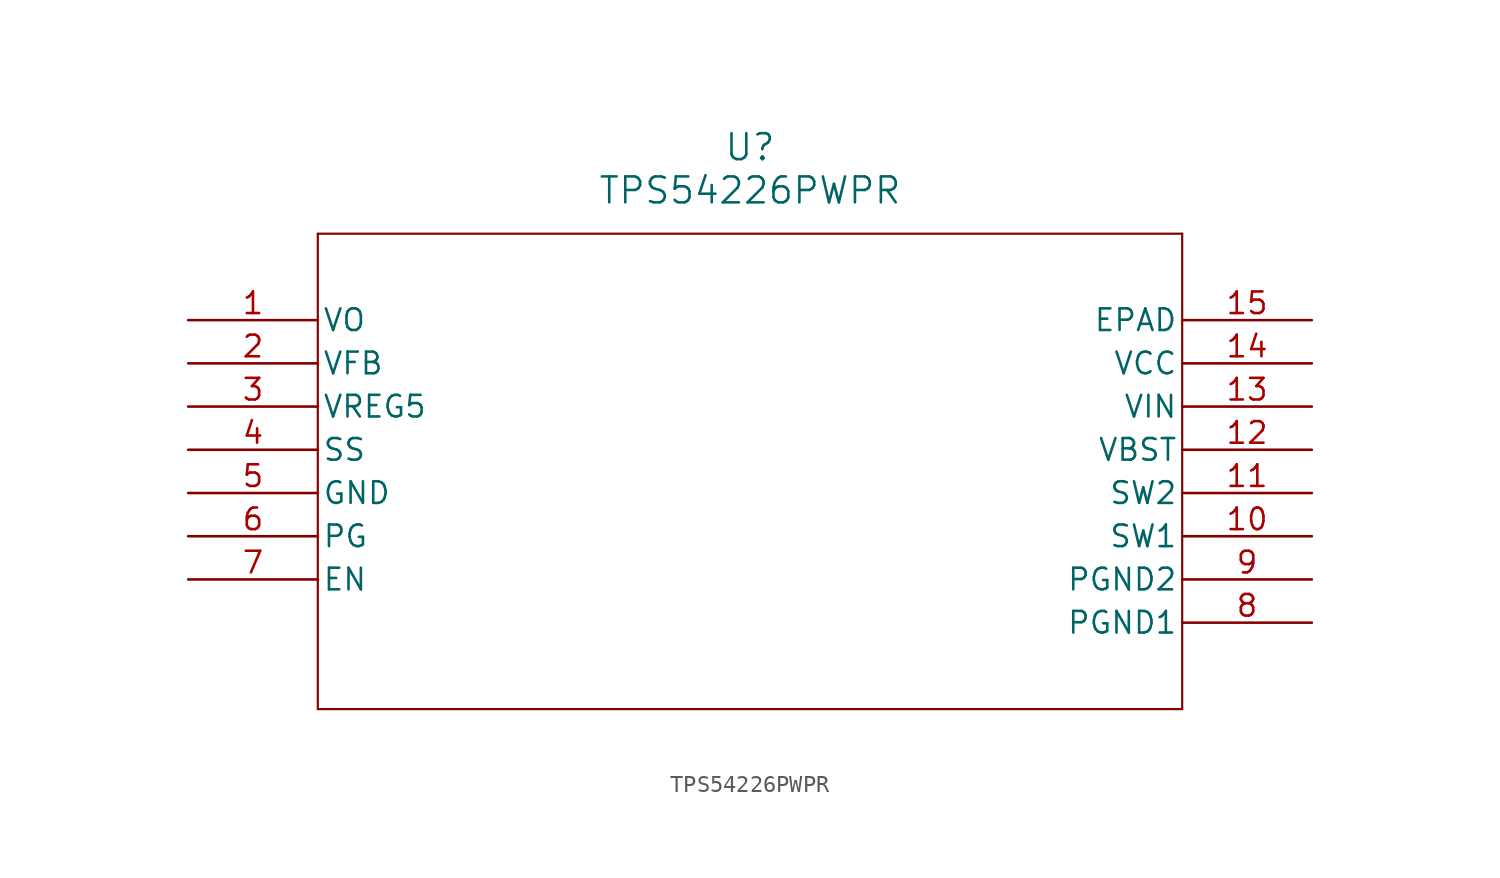
<source format=kicad_sym>
(kicad_symbol_lib
  (version 20211014)
  (generator kicad_symbol_editor)
  (symbol "TPS54226PWPR"
    (pin_names
      (offset 0.254))
    (property "Reference" "U"
      (at 33.02 10.16 0)
      (effects (font (size 1.524 1.524))))
    (property "Value" "TPS54226PWPR"
      (at 33.02 7.62 0)
      (effects (font (size 1.524 1.524))))
    (symbol "TPS54226PWPR_0_1"
      (polyline (pts (xy 7.62 5.08) (xy 7.62 -22.86)) (stroke (width 0.127) (type default) (color 0 0 0 0)) (fill (type none)))
      (polyline (pts (xy 7.62 -22.86) (xy 58.42 -22.86)) (stroke (width 0.127) (type default) (color 0 0 0 0)) (fill (type none)))
      (polyline (pts (xy 58.42 -22.86) (xy 58.42 5.08)) (stroke (width 0.127) (type default) (color 0 0 0 0)) (fill (type none)))
      (polyline (pts (xy 58.42 5.08) (xy 7.62 5.08)) (stroke (width 0.127) (type default) (color 0 0 0 0)) (fill (type none)))
      (pin output line (at 0 0 0) (length 7.62) (name "VO" (effects (font (size 1.27 1.27)))) (number "1" (effects (font (size 1.27 1.27)))))
      (pin input line (at 0 -2.54 0) (length 7.62) (name "VFB" (effects (font (size 1.27 1.27)))) (number "2" (effects (font (size 1.27 1.27)))))
      (pin output line (at 0 -5.08 0) (length 7.62) (name "VREG5" (effects (font (size 1.27 1.27)))) (number "3" (effects (font (size 1.27 1.27)))))
      (pin unspecified line (at 0 -7.62 0) (length 7.62) (name "SS" (effects (font (size 1.27 1.27)))) (number "4" (effects (font (size 1.27 1.27)))))
      (pin power_in line (at 0 -10.16 0) (length 7.62) (name "GND" (effects (font (size 1.27 1.27)))) (number "5" (effects (font (size 1.27 1.27)))))
      (pin output line (at 0 -12.7 0) (length 7.62) (name "PG" (effects (font (size 1.27 1.27)))) (number "6" (effects (font (size 1.27 1.27)))))
      (pin input line (at 0 -15.24 0) (length 7.62) (name "EN" (effects (font (size 1.27 1.27)))) (number "7" (effects (font (size 1.27 1.27)))))
      (pin power_in line (at 66.04 -17.78 180) (length 7.62) (name "PGND1" (effects (font (size 1.27 1.27)))) (number "8" (effects (font (size 1.27 1.27)))))
      (pin power_in line (at 66.04 -15.24 180) (length 7.62) (name "PGND2" (effects (font (size 1.27 1.27)))) (number "9" (effects (font (size 1.27 1.27)))))
      (pin unspecified line (at 66.04 -12.7 180) (length 7.62) (name "SW1" (effects (font (size 1.27 1.27)))) (number "10" (effects (font (size 1.27 1.27)))))
      (pin unspecified line (at 66.04 -10.16 180) (length 7.62) (name "SW2" (effects (font (size 1.27 1.27)))) (number "11" (effects (font (size 1.27 1.27)))))
      (pin input line (at 66.04 -7.62 180) (length 7.62) (name "VBST" (effects (font (size 1.27 1.27)))) (number "12" (effects (font (size 1.27 1.27)))))
      (pin input line (at 66.04 -5.08 180) (length 7.62) (name "VIN" (effects (font (size 1.27 1.27)))) (number "13" (effects (font (size 1.27 1.27)))))
      (pin input line (at 66.04 -2.54 180) (length 7.62) (name "VCC" (effects (font (size 1.27 1.27)))) (number "14" (effects (font (size 1.27 1.27)))))
      (pin unspecified line (at 66.04 0 180) (length 7.62) (name "EPAD" (effects (font (size 1.27 1.27)))) (number "15" (effects (font (size 1.27 1.27))))))))
</source>
